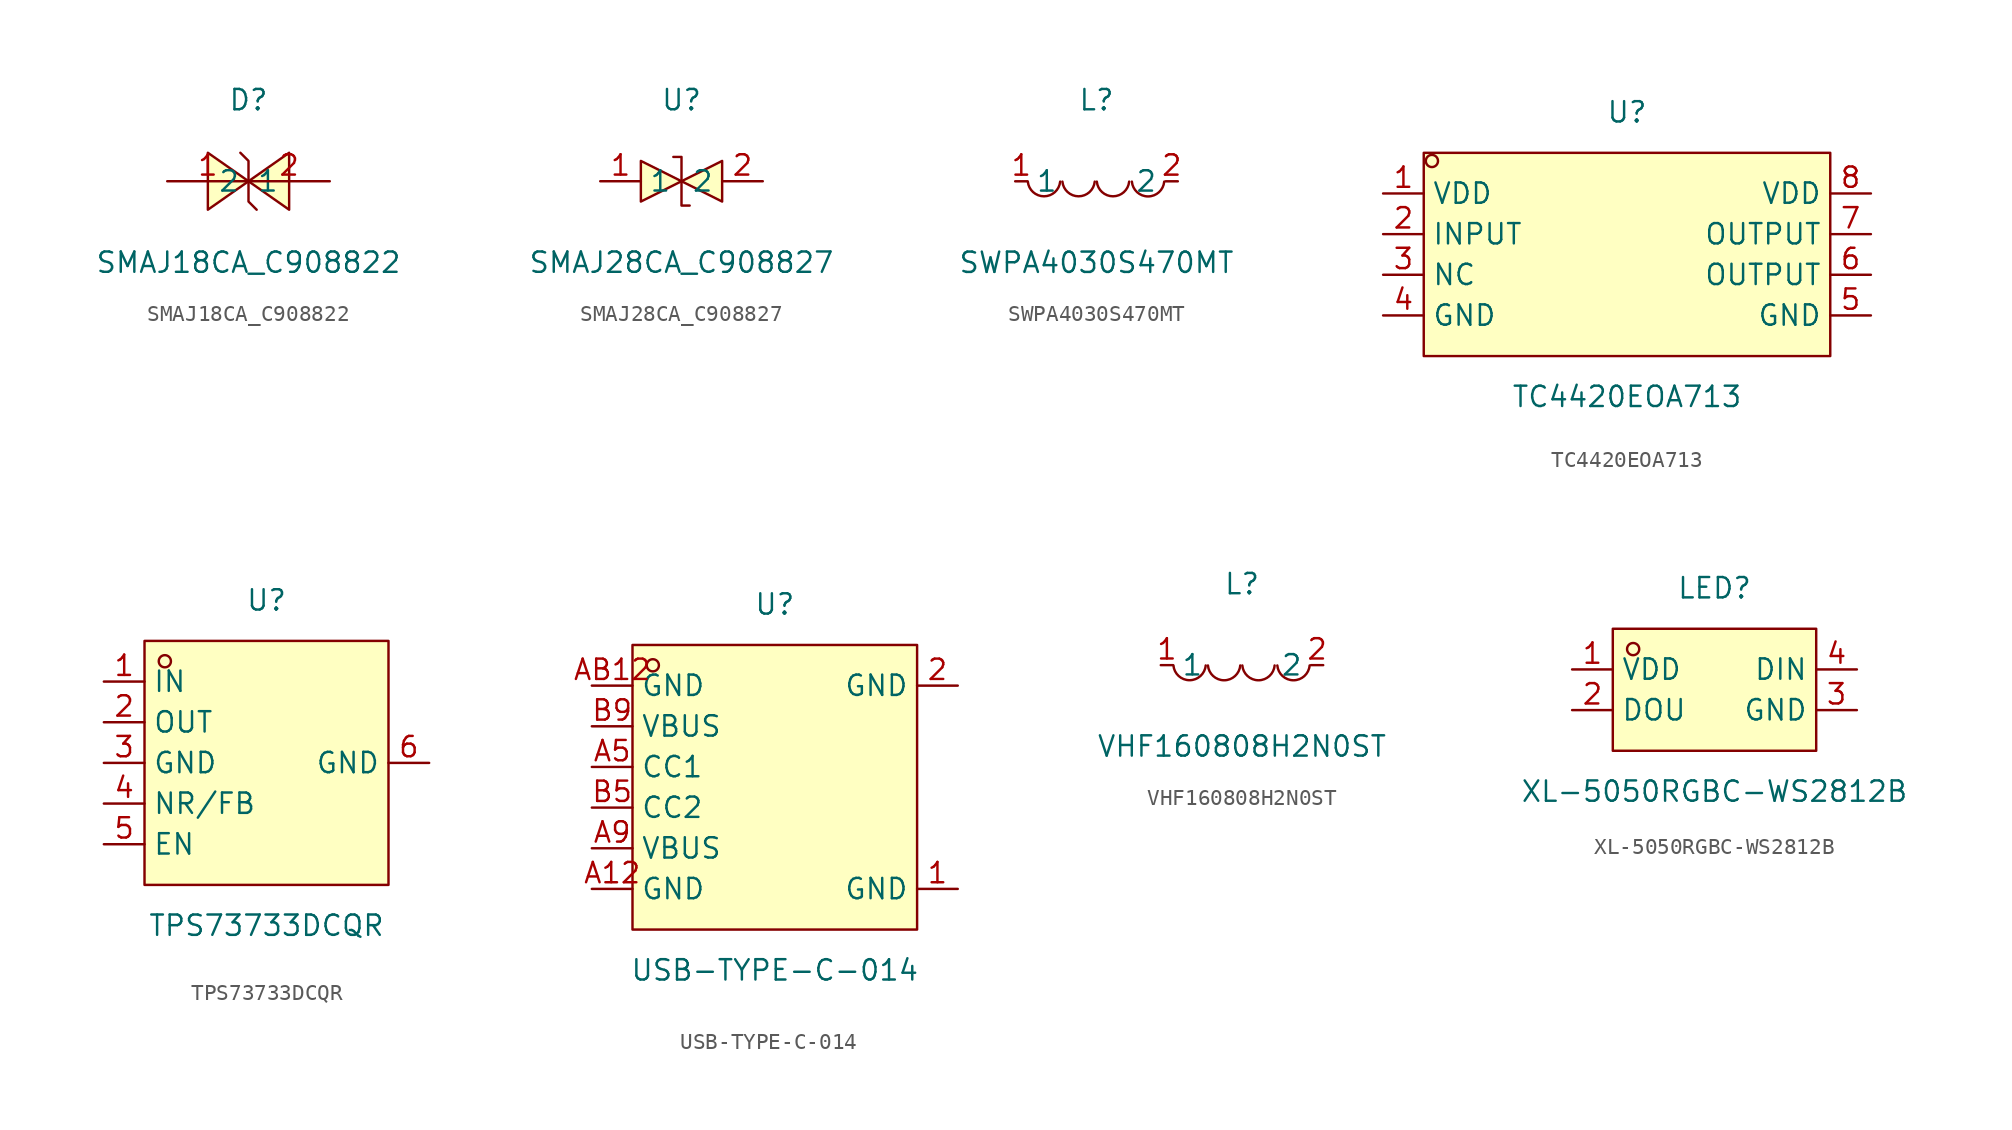
<source format=kicad_sym>
(kicad_symbol_lib
  (version 20211014)
  (generator https://github.com/uPesy/easyeda2kicad.py)
  (symbol "SMAJ18CA_C908822"
    (property "Reference" "D"
      (at 0 5.08 0)
      (effects (font (size 1.27 1.27))))
    (property "Value" "SMAJ18CA_C908822"
      (at 0 -5.08 0)
      (effects (font (size 1.27 1.27))))
    (symbol "SMAJ18CA_C908822_0_1"
      (polyline (pts (xy 2.54 1.78) (xy 0.00 -0.00) (xy 2.54 -1.78) (xy 2.54 1.78)) (stroke (width 0) (type default) (color 0 0 0 0)) (fill (type background)))
      (polyline (pts (xy -2.54 -1.78) (xy 0.00 -0.00) (xy -2.54 1.78) (xy -2.54 -1.78)) (stroke (width 0) (type default) (color 0 0 0 0)) (fill (type background)))
      (polyline (pts (xy -0.51 1.78) (xy 0.00 1.27) (xy 0.00 -1.27) (xy 0.51 -1.78)) (stroke (width 0) (type default) (color 0 0 0 0)) (fill (type none)))
      (pin unspecified line (at -5.08 -0.00 0) (length 5.08) (name "1" (effects (font (size 1.27 1.27)))) (number "1" (effects (font (size 1.27 1.27)))))
      (pin unspecified line (at 5.08 -0.00 180) (length 5.08) (name "2" (effects (font (size 1.27 1.27)))) (number "2" (effects (font (size 1.27 1.27)))))))
  (symbol "SMAJ28CA_C908827"
    (property "Reference" "U"
      (at 0 5.08 0)
      (effects (font (size 1.27 1.27))))
    (property "Value" "SMAJ28CA_C908827"
      (at 0 -5.08 0)
      (effects (font (size 1.27 1.27))))
    (symbol "SMAJ28CA_C908827_0_1"
      (polyline (pts (xy -0.51 1.52) (xy -0.51 1.52) (xy 0.00 1.52) (xy 0.00 -1.52) (xy 0.51 -1.52) (xy 0.51 -1.52)) (stroke (width 0) (type default) (color 0 0 0 0)) (fill (type none)))
      (polyline (pts (xy -2.54 1.27) (xy 0.00 -0.00) (xy -2.54 -1.27) (xy -2.54 1.27)) (stroke (width 0) (type default) (color 0 0 0 0)) (fill (type background)))
      (polyline (pts (xy 2.54 1.27) (xy 0.00 -0.00) (xy 2.54 -1.27) (xy 2.54 1.27)) (stroke (width 0) (type default) (color 0 0 0 0)) (fill (type background)))
      (pin unspecified line (at 5.08 -0.00 180) (length 2.54) (name "2" (effects (font (size 1.27 1.27)))) (number "2" (effects (font (size 1.27 1.27)))))
      (pin unspecified line (at -5.08 -0.00 0) (length 2.54) (name "1" (effects (font (size 1.27 1.27)))) (number "1" (effects (font (size 1.27 1.27)))))))
  (symbol "SWPA4030S470MT"
    (property "Reference" "L"
      (at 0 5.08 0)
      (effects (font (size 1.27 1.27))))
    (property "Value" "SWPA4030S470MT"
      (at 0 -5.08 0)
      (effects (font (size 1.27 1.27))))
    (symbol "SWPA4030S470MT_0_1"
      (arc (start -4.29 -0.02) (mid -2.52 -0.79) (end -2.27 -0.02) (stroke (width 0) (type default) (color 0 0 0 0)) (fill (type none)))
      (arc (start -2.13 -0.02) (mid -0.36 -0.79) (end -0.11 -0.02) (stroke (width 0) (type default) (color 0 0 0 0)) (fill (type none)))
      (arc (start 0.02 -0.02) (mid 1.79 -0.79) (end 2.04 -0.02) (stroke (width 0) (type default) (color 0 0 0 0)) (fill (type none)))
      (arc (start 2.21 -0.02) (mid 3.30 -1.12) (end 4.23 -0.02) (stroke (width 0) (type default) (color 0 0 0 0)) (fill (type none)))
      (pin unspecified line (at 5.08 -0.00 180) (length 0.762) (name "2" (effects (font (size 1.27 1.27)))) (number "2" (effects (font (size 1.27 1.27)))))
      (pin unspecified line (at -5.08 -0.00 0) (length 0.762) (name "1" (effects (font (size 1.27 1.27)))) (number "1" (effects (font (size 1.27 1.27)))))))
  (symbol "TC4420EOA713"
    (property "Reference" "U"
      (at 0 8.89 0)
      (effects (font (size 1.27 1.27))))
    (property "Value" "TC4420EOA713"
      (at 0 -8.89 0)
      (effects (font (size 1.27 1.27))))
    (symbol "TC4420EOA713_0_1"
      (rectangle (start -12.70 6.35) (end 12.70 -6.35) (stroke (width 0) (type default) (color 0 0 0 0)) (fill (type background)))
      (circle (center -12.19 5.84) (radius 0.38) (stroke (width 0) (type default) (color 0 0 0 0)) (fill (type none)))
      (pin unspecified line (at -15.24 3.81 0) (length 2.54) (name "VDD" (effects (font (size 1.27 1.27)))) (number "1" (effects (font (size 1.27 1.27)))))
      (pin unspecified line (at -15.24 1.27 0) (length 2.54) (name "INPUT" (effects (font (size 1.27 1.27)))) (number "2" (effects (font (size 1.27 1.27)))))
      (pin unspecified line (at -15.24 -1.27 0) (length 2.54) (name "NC" (effects (font (size 1.27 1.27)))) (number "3" (effects (font (size 1.27 1.27)))))
      (pin unspecified line (at -15.24 -3.81 0) (length 2.54) (name "GND" (effects (font (size 1.27 1.27)))) (number "4" (effects (font (size 1.27 1.27)))))
      (pin unspecified line (at 15.24 -3.81 180) (length 2.54) (name "GND" (effects (font (size 1.27 1.27)))) (number "5" (effects (font (size 1.27 1.27)))))
      (pin unspecified line (at 15.24 -1.27 180) (length 2.54) (name "OUTPUT" (effects (font (size 1.27 1.27)))) (number "6" (effects (font (size 1.27 1.27)))))
      (pin unspecified line (at 15.24 1.27 180) (length 2.54) (name "OUTPUT" (effects (font (size 1.27 1.27)))) (number "7" (effects (font (size 1.27 1.27)))))
      (pin unspecified line (at 15.24 3.81 180) (length 2.54) (name "VDD" (effects (font (size 1.27 1.27)))) (number "8" (effects (font (size 1.27 1.27)))))))
  (symbol "TPS73733DCQR"
    (property "Reference" "U"
      (at 0 10.16 0)
      (effects (font (size 1.27 1.27))))
    (property "Value" "TPS73733DCQR"
      (at 0 -10.16 0)
      (effects (font (size 1.27 1.27))))
    (symbol "TPS73733DCQR_0_1"
      (rectangle (start -7.62 7.62) (end 7.62 -7.62) (stroke (width 0) (type default) (color 0 0 0 0)) (fill (type background)))
      (circle (center -6.35 6.35) (radius 0.38) (stroke (width 0) (type default) (color 0 0 0 0)) (fill (type none)))
      (pin unspecified line (at -10.16 5.08 0) (length 2.54) (name "IN" (effects (font (size 1.27 1.27)))) (number "1" (effects (font (size 1.27 1.27)))))
      (pin unspecified line (at -10.16 2.54 0) (length 2.54) (name "OUT" (effects (font (size 1.27 1.27)))) (number "2" (effects (font (size 1.27 1.27)))))
      (pin unspecified line (at -10.16 -0.00 0) (length 2.54) (name "GND" (effects (font (size 1.27 1.27)))) (number "3" (effects (font (size 1.27 1.27)))))
      (pin unspecified line (at -10.16 -2.54 0) (length 2.54) (name "NR/FB" (effects (font (size 1.27 1.27)))) (number "4" (effects (font (size 1.27 1.27)))))
      (pin unspecified line (at -10.16 -5.08 0) (length 2.54) (name "EN" (effects (font (size 1.27 1.27)))) (number "5" (effects (font (size 1.27 1.27)))))
      (pin unspecified line (at 10.16 -0.00 180) (length 2.54) (name "GND" (effects (font (size 1.27 1.27)))) (number "6" (effects (font (size 1.27 1.27)))))))
  (symbol "USB-TYPE-C-014"
    (property "Reference" "U"
      (at 0 11.43 0)
      (effects (font (size 1.27 1.27))))
    (property "Value" "USB-TYPE-C-014"
      (at 0 -11.43 0)
      (effects (font (size 1.27 1.27))))
    (symbol "USB-TYPE-C-014_0_1"
      (rectangle (start -8.89 8.89) (end 8.89 -8.89) (stroke (width 0) (type default) (color 0 0 0 0)) (fill (type background)))
      (circle (center -7.62 7.62) (radius 0.38) (stroke (width 0) (type default) (color 0 0 0 0)) (fill (type none)))
      (pin unspecified line (at -11.43 6.35 0) (length 2.54) (name "GND" (effects (font (size 1.27 1.27)))) (number "AB12" (effects (font (size 1.27 1.27)))))
      (pin unspecified line (at -11.43 3.81 0) (length 2.54) (name "VBUS" (effects (font (size 1.27 1.27)))) (number "B9" (effects (font (size 1.27 1.27)))))
      (pin unspecified line (at -11.43 1.27 0) (length 2.54) (name "CC1" (effects (font (size 1.27 1.27)))) (number "A5" (effects (font (size 1.27 1.27)))))
      (pin unspecified line (at -11.43 -1.27 0) (length 2.54) (name "CC2" (effects (font (size 1.27 1.27)))) (number "B5" (effects (font (size 1.27 1.27)))))
      (pin unspecified line (at -11.43 -3.81 0) (length 2.54) (name "VBUS" (effects (font (size 1.27 1.27)))) (number "A9" (effects (font (size 1.27 1.27)))))
      (pin unspecified line (at -11.43 -6.35 0) (length 2.54) (name "GND" (effects (font (size 1.27 1.27)))) (number "A12" (effects (font (size 1.27 1.27)))))
      (pin unspecified line (at 11.43 -6.35 180) (length 2.54) (name "GND" (effects (font (size 1.27 1.27)))) (number "1" (effects (font (size 1.27 1.27)))))
      (pin unspecified line (at 11.43 6.35 180) (length 2.54) (name "GND" (effects (font (size 1.27 1.27)))) (number "2" (effects (font (size 1.27 1.27)))))))
  (symbol "VHF160808H2N0ST"
    (property "Reference" "L"
      (at 0 5.08 0)
      (effects (font (size 1.27 1.27))))
    (property "Value" "VHF160808H2N0ST"
      (at 0 -5.08 0)
      (effects (font (size 1.27 1.27))))
    (symbol "VHF160808H2N0ST_0_1"
      (arc (start -4.29 -0.02) (mid -2.81 -1.01) (end -2.27 -0.02) (stroke (width 0) (type default) (color 0 0 0 0)) (fill (type none)))
      (arc (start -2.13 -0.02) (mid -0.66 -1.01) (end -0.11 -0.02) (stroke (width 0) (type default) (color 0 0 0 0)) (fill (type none)))
      (arc (start 0.02 -0.02) (mid 1.49 -1.01) (end 2.04 -0.02) (stroke (width 0) (type default) (color 0 0 0 0)) (fill (type none)))
      (arc (start 2.21 -0.02) (mid 3.68 -1.01) (end 4.23 -0.02) (stroke (width 0) (type default) (color 0 0 0 0)) (fill (type none)))
      (pin unspecified line (at 5.08 -0.00 180) (length 0.762) (name "2" (effects (font (size 1.27 1.27)))) (number "2" (effects (font (size 1.27 1.27)))))
      (pin unspecified line (at -5.08 -0.00 0) (length 0.762) (name "1" (effects (font (size 1.27 1.27)))) (number "1" (effects (font (size 1.27 1.27)))))))
  (symbol "XL-5050RGBC-WS2812B"
    (property "Reference" "LED"
      (at 0 6.35 0)
      (effects (font (size 1.27 1.27))))
    (property "Value" "XL-5050RGBC-WS2812B"
      (at 0 -6.35 0)
      (effects (font (size 1.27 1.27))))
    (symbol "XL-5050RGBC-WS2812B_0_1"
      (rectangle (start -6.35 3.81) (end 6.35 -3.81) (stroke (width 0) (type default) (color 0 0 0 0)) (fill (type background)))
      (circle (center -5.08 2.54) (radius 0.38) (stroke (width 0) (type default) (color 0 0 0 0)) (fill (type none)))
      (pin unspecified line (at -8.89 1.27 0) (length 2.54) (name "VDD" (effects (font (size 1.27 1.27)))) (number "1" (effects (font (size 1.27 1.27)))))
      (pin unspecified line (at -8.89 -1.27 0) (length 2.54) (name "DOU" (effects (font (size 1.27 1.27)))) (number "2" (effects (font (size 1.27 1.27)))))
      (pin unspecified line (at 8.89 -1.27 180) (length 2.54) (name "GND" (effects (font (size 1.27 1.27)))) (number "3" (effects (font (size 1.27 1.27)))))
      (pin unspecified line (at 8.89 1.27 180) (length 2.54) (name "DIN" (effects (font (size 1.27 1.27)))) (number "4" (effects (font (size 1.27 1.27))))))))
</source>
